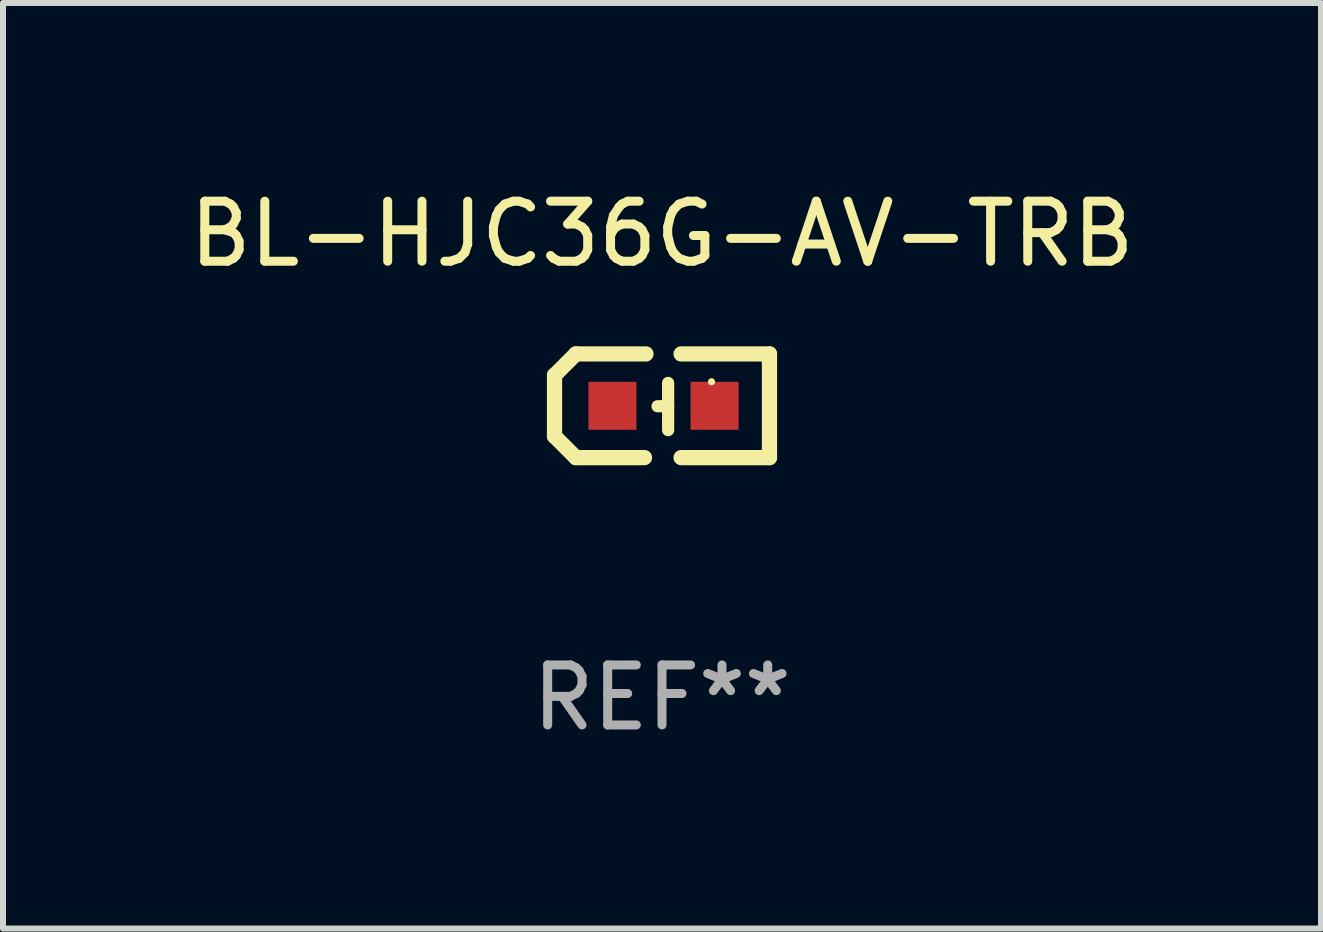
<source format=kicad_pcb>
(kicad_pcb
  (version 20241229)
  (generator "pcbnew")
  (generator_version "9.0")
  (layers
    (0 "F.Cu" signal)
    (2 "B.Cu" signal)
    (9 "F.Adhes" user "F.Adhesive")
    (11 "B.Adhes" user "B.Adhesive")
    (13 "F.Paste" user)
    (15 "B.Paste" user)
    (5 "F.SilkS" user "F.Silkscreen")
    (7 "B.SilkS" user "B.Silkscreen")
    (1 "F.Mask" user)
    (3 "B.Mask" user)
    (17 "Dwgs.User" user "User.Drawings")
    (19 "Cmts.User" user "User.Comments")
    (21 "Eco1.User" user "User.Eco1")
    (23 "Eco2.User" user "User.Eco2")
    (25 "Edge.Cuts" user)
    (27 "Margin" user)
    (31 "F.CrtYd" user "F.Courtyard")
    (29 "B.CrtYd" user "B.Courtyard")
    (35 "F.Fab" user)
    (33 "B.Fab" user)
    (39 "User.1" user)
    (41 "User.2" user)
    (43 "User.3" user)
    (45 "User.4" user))
  (footprint "BL-HJC36G-AV-TRB"
    (layer "F.Cu")
    (at 7.982 3.712)
    (property "Reference" "BL-HJC36G-AV-TRB" (at 0 -2.864 0) (layer "F.SilkS") (effects (font (size 1 1) (thickness 0.15))))
    (attr through_hole)
    (fp_line (start -1.791 -0.508) (end -1.435 -0.864) (stroke (width 0.254) (type solid)) (layer "F.SilkS"))
    (fp_line (start -1.791 0.508) (end -1.791 -0.508) (stroke (width 0.254) (type solid)) (layer "F.SilkS"))
    (fp_line (start -1.435 0.864) (end -1.791 0.508) (stroke (width 0.254) (type solid)) (layer "F.SilkS"))
    (fp_line (start -0.292 0.864) (end -1.435 0.864) (stroke (width 0.254) (type solid)) (layer "F.SilkS"))
    (fp_line (start -0.267 -0.864) (end -1.435 -0.864) (stroke (width 0.254) (type solid)) (layer "F.SilkS"))
    (fp_line (start 0.102 0.008) (end -0.074 0.008) (stroke (width 0.203) (type solid)) (layer "F.SilkS"))
    (fp_line (start 0.102 0.406) (end 0.102 -0.381) (stroke (width 0.203) (type solid)) (layer "F.SilkS"))
    (fp_line (start 1.791 -0.864) (end 0.318 -0.864) (stroke (width 0.254) (type solid)) (layer "F.SilkS"))
    (fp_line (start 1.791 0.864) (end 0.318 0.864) (stroke (width 0.254) (type solid)) (layer "F.SilkS"))
    (fp_line (start 1.791 0.864) (end 1.791 -0.864) (stroke (width 0.254) (type solid)) (layer "F.SilkS"))
    (fp_circle (center 0.825 -0.4) (end 0.855 -0.4) (stroke (width 0.06) (type solid)) (fill no) (layer "F.SilkS"))
    (fp_text user "REF**" (at 0 4.864 0) (layer "F.Fab") (effects (font (size 1 1) (thickness 0.15))))
    (pad "1" smd rect (at 0.876 0 90) (size 0.8 0.8) (layers "F.Cu" "F.Mask" "F.Paste"))
    (pad "2" smd rect (at -0.826 0 90) (size 0.8 0.8) (layers "F.Cu" "F.Mask" "F.Paste")))
  (gr_rect
    (start -3 -3)
    (end 18.964 12.424)
    (stroke (width 0.1) (type default))
    (fill no)
    (layer "Edge.Cuts")))
</source>
